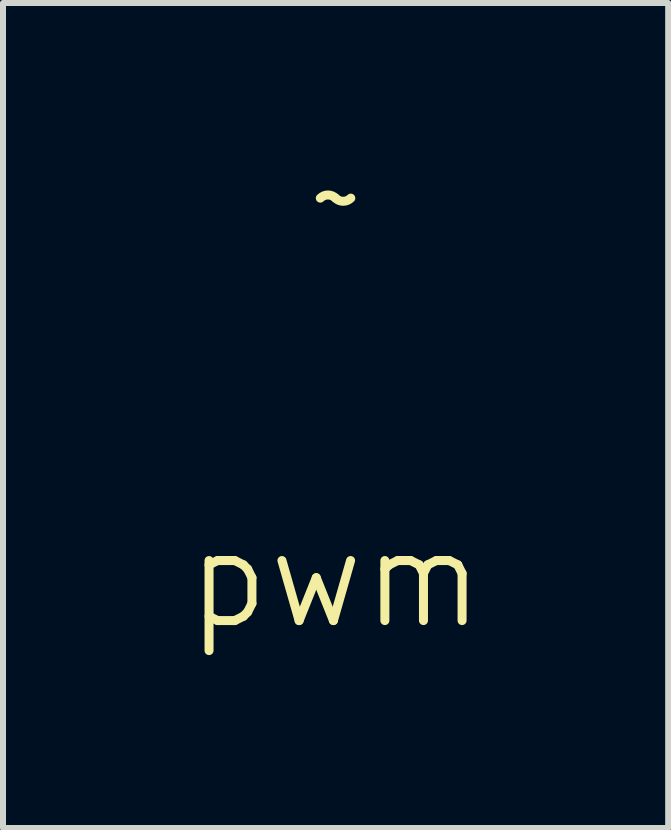
<source format=kicad_pcb>
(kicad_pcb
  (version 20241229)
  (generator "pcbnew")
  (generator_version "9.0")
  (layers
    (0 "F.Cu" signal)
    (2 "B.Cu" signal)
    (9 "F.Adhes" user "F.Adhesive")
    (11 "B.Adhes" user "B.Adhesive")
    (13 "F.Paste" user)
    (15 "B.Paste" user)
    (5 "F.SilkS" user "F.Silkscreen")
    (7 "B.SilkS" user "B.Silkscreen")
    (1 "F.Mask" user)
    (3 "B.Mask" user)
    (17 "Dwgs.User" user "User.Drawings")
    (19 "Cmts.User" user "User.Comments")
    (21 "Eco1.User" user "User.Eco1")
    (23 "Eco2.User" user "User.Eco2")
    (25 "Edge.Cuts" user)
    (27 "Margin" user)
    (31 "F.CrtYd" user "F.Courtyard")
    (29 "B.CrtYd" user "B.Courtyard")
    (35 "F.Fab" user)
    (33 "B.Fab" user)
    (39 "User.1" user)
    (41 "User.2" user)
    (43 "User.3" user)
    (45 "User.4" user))
  (footprint "pwm"
    (layer "F.Cu")
    (at 2.539 0.25)
    (property "Reference" "pwm" (at 0 6.35 0) (layer "F.SilkS") (effects (font (size 1.5 1.5) (thickness 0.15))))
    (attr through_hole)
    (fp_arc (start -0.254 0) (mid -0.127 -0.052605) (end 0 0) (stroke (width 0.15) (type solid)) (layer "F.SilkS"))
    (fp_arc (start 0.254 0) (mid 0.127 0.052605) (end 0 0) (stroke (width 0.15) (type solid)) (layer "F.SilkS")))
  (gr_rect
    (start -3 -3)
    (end 8.079 10.741)
    (stroke (width 0.1) (type default))
    (fill no)
    (layer "Edge.Cuts")))
</source>
